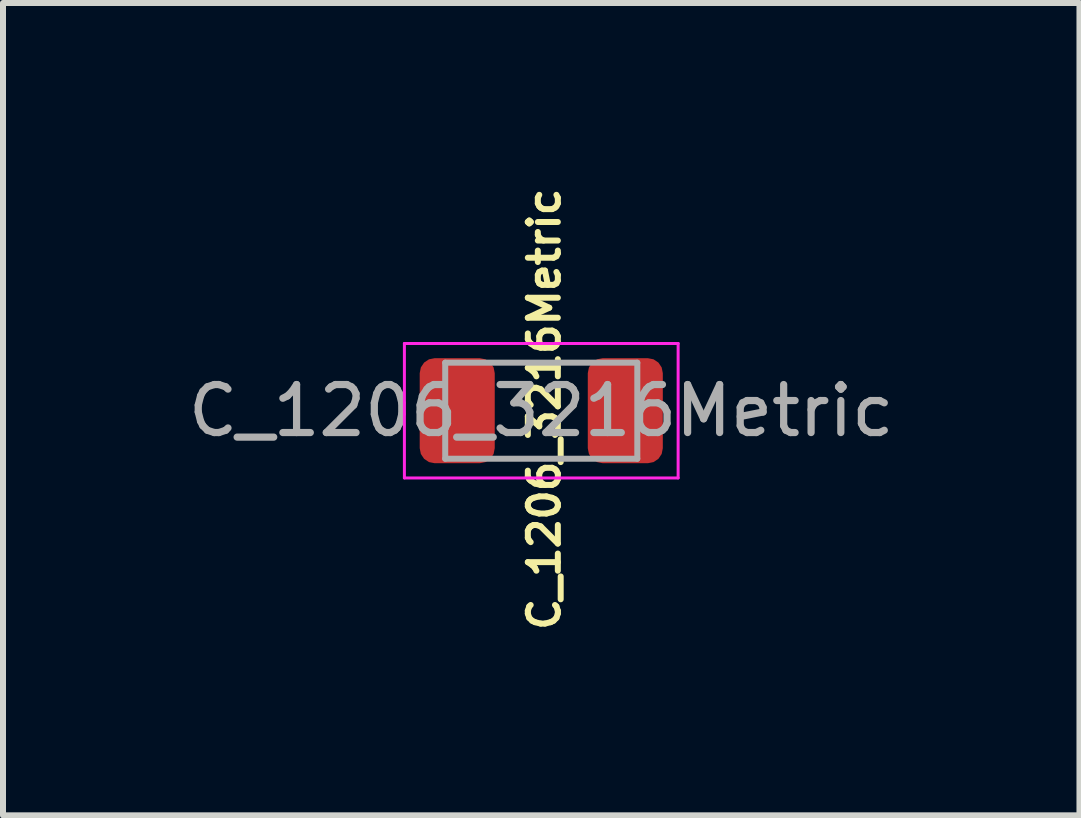
<source format=kicad_pcb>
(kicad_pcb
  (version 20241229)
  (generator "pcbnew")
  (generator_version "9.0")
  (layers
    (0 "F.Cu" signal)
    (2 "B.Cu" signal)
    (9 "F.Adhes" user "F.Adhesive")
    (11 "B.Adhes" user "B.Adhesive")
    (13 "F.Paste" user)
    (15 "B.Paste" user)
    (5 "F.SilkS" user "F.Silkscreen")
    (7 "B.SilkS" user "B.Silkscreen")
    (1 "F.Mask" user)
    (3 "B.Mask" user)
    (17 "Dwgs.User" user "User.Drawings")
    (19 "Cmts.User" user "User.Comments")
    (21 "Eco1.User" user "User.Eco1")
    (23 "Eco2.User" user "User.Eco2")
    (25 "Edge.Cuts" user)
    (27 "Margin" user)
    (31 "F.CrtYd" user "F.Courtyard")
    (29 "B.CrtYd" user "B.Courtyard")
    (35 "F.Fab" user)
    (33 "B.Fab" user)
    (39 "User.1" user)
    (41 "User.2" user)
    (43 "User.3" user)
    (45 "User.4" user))
  (footprint "C_1206_3216Metric"
    (layer "F.Cu")
    (at 5.967 3.792)
    (property "Reference" "C_1206_3216Metric" (at 0.05 -0.025 90) (unlocked yes) (layer "F.SilkS") (effects (font (size 0.5 0.5) (thickness 0.1))))
    (attr smd)
    (fp_line (start -2.28 -1.12) (end 2.28 -1.12) (stroke (width 0.05) (type solid)) (layer "F.CrtYd"))
    (fp_line (start -2.28 1.12) (end -2.28 -1.12) (stroke (width 0.05) (type solid)) (layer "F.CrtYd"))
    (fp_line (start 2.28 -1.12) (end 2.28 1.12) (stroke (width 0.05) (type solid)) (layer "F.CrtYd"))
    (fp_line (start 2.28 1.12) (end -2.28 1.12) (stroke (width 0.05) (type solid)) (layer "F.CrtYd"))
    (fp_line (start -1.6 -0.8) (end 1.6 -0.8) (stroke (width 0.1) (type solid)) (layer "F.Fab"))
    (fp_line (start -1.6 0.8) (end -1.6 -0.8) (stroke (width 0.1) (type solid)) (layer "F.Fab"))
    (fp_line (start 1.6 -0.8) (end 1.6 0.8) (stroke (width 0.1) (type solid)) (layer "F.Fab"))
    (fp_line (start 1.6 0.8) (end -1.6 0.8) (stroke (width 0.1) (type solid)) (layer "F.Fab"))
    (fp_text user "${REFERENCE}" (at 0 0 0) (layer "F.Fab") (effects (font (size 0.8 0.8) (thickness 0.12))))
    (pad "1" smd roundrect (at -1.4 0) (size 1.25 1.75) (layers "F.Cu" "F.Mask" "F.Paste") (roundrect_rratio 0.2))
    (pad "2" smd roundrect (at 1.4 0) (size 1.25 1.75) (layers "F.Cu" "F.Mask" "F.Paste") (roundrect_rratio 0.2)))
  (gr_rect
    (start -3 -3)
    (end 14.933 10.533)
    (stroke (width 0.1) (type default))
    (fill no)
    (layer "Edge.Cuts")))
</source>
